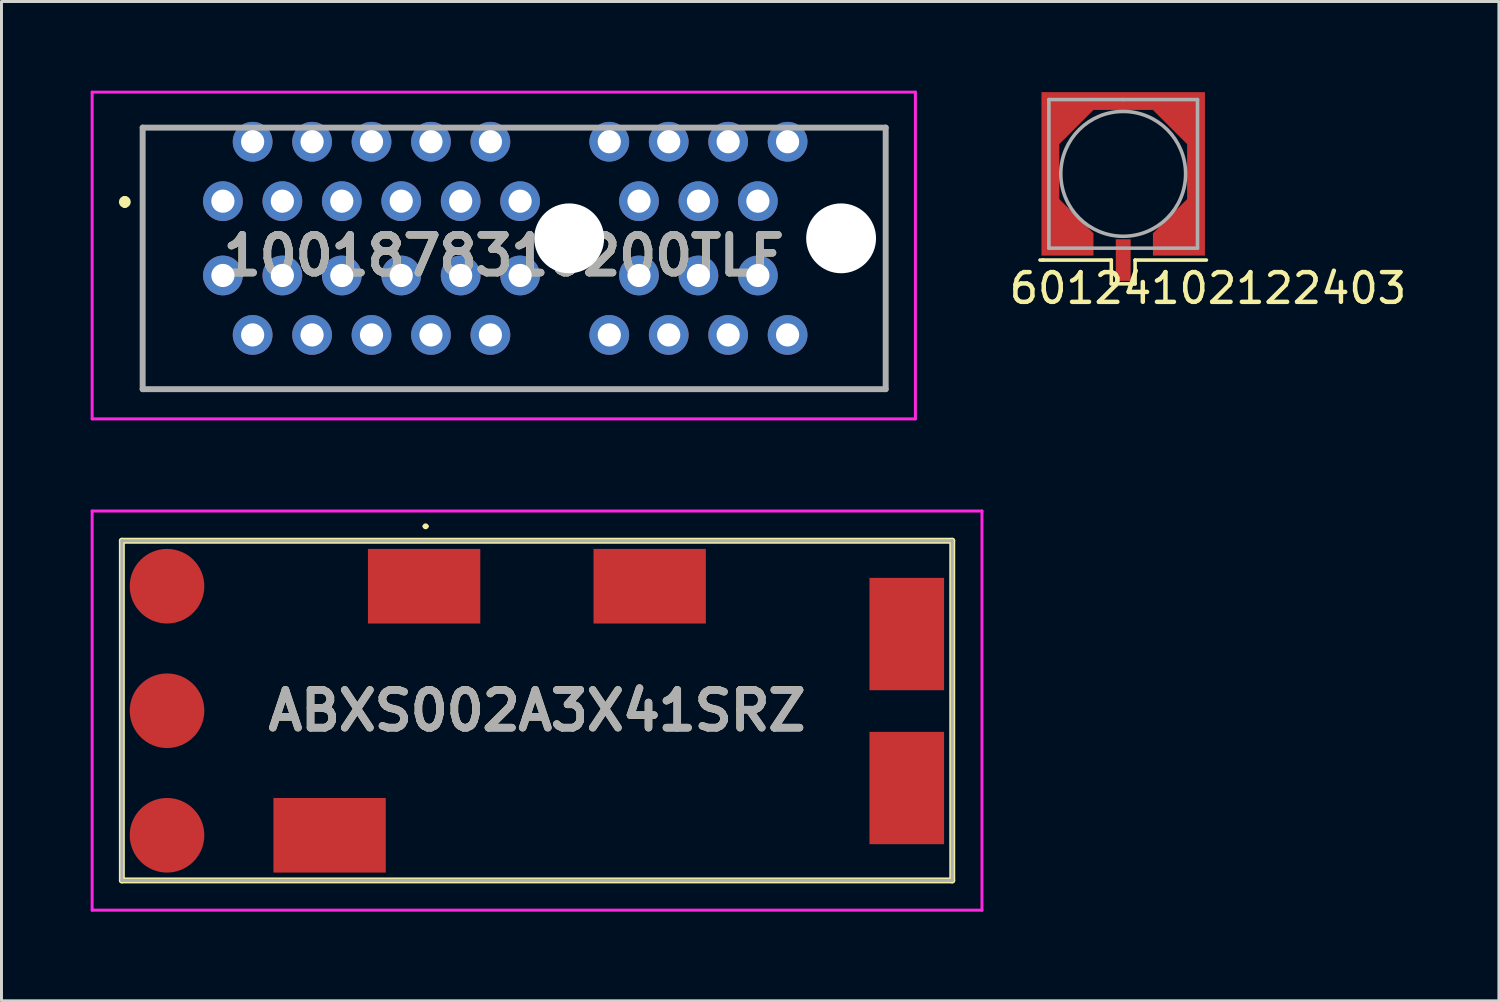
<source format=kicad_pcb>
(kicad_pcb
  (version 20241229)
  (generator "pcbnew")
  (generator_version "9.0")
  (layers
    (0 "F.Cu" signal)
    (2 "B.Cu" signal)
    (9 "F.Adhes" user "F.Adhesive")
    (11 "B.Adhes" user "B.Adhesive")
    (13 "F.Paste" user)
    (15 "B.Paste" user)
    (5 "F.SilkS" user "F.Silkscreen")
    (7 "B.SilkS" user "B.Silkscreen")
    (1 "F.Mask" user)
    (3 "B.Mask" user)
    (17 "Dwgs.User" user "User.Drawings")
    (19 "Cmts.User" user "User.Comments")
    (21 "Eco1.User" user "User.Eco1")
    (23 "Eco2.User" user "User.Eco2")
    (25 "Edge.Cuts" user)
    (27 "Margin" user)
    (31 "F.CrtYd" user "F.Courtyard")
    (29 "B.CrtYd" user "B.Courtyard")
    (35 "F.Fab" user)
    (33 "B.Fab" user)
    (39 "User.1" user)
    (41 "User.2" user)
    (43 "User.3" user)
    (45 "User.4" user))
  (footprint "60124102122403"
    (layer "F.Cu")
    (at 34.742 2.8)
    (property "Reference" "60124102122403" (at 2.85 3.85 0) (layer "F.SilkS") (effects (font (size 1 1) (thickness 0.15))))
    (attr through_hole)
    (fp_poly (pts (xy 2.75 2.75) (xy 1 2.75) (xy 1 2) (xy 2.15 0.85) (xy 2.15 -1) (xy 1 -2.15) (xy -1 -2.15) (xy -2.15 -1) (xy -2.15 0.85) (xy -1 2) (xy -1 2.75) (xy -2.75 2.75) (xy -2.75 -2.75) (xy 2.75 -2.75)) (stroke (width 0.1) (type solid)) (fill yes) (layer "F.Mask"))
    (fp_line (start -2.7 2.9) (end -2.8 2.9) (stroke (width 0.12) (type solid)) (layer "F.SilkS"))
    (fp_line (start -0.4 2.9) (end -2.7 2.9) (stroke (width 0.12) (type solid)) (layer "F.SilkS"))
    (fp_line (start -0.4 2.9) (end -0.4 3.7) (stroke (width 0.12) (type solid)) (layer "F.SilkS"))
    (fp_line (start -0.4 3.7) (end 0.35 3.7) (stroke (width 0.12) (type solid)) (layer "F.SilkS"))
    (fp_line (start 0.35 3.7) (end 0.4 3.7) (stroke (width 0.12) (type solid)) (layer "F.SilkS"))
    (fp_line (start 0.4 2.9) (end 2.8 2.9) (stroke (width 0.12) (type solid)) (layer "F.SilkS"))
    (fp_line (start 0.4 3.7) (end 0.4 2.9) (stroke (width 0.12) (type solid)) (layer "F.SilkS"))
    (fp_poly (pts (xy 2.75 2.75) (xy 1 2.75) (xy 1 2) (xy 2.15 0.85) (xy 2.15 -1) (xy 1 -2.15) (xy -1 -2.15) (xy -2.15 -1) (xy -2.15 0.85) (xy -1 2) (xy -1 2.75) (xy -2.75 2.75) (xy -2.75 -2.75) (xy 2.75 -2.75)) (stroke (width 0.1) (type solid)) (fill yes) (layer "F.Paste"))
    (fp_line (start -2.5 -2.5) (end -2.5 2.5) (stroke (width 0.12) (type solid)) (layer "F.Fab"))
    (fp_line (start -2.5 2.5) (end 2.5 2.5) (stroke (width 0.12) (type solid)) (layer "F.Fab"))
    (fp_line (start 0 -2.5) (end -2.5 -2.5) (stroke (width 0.12) (type solid)) (layer "F.Fab"))
    (fp_line (start 2.5 -2.5) (end 0 -2.5) (stroke (width 0.12) (type solid)) (layer "F.Fab"))
    (fp_line (start 2.5 2.5) (end 2.5 -2.5) (stroke (width 0.12) (type solid)) (layer "F.Fab"))
    (fp_circle (center 0 0) (end 2.1 0) (stroke (width 0.12) (type solid)) (fill no) (layer "F.Fab"))
    (pad "1" smd custom (at 2.25 2) (size 1 1.5) (layers "F.Cu" "F.Mask" "F.Paste") (options (anchor rect)) (primitives (gr_poly (pts (xy 0.5 0.75) (xy -1.25 0.75) (xy -1.25 0) (xy -0.1 -1.15) (xy -0.1 -3) (xy -1.25 -4.15) (xy -3.25 -4.15) (xy -4.4 -3) (xy -4.4 -1.15) (xy -3.25 0) (xy -3.25 0.75) (xy -5 0.75) (xy -5 -4.75) (xy 0.5 -4.75)) (width 0) (fill yes))))
    (pad "2" smd rect (at 0 2.9) (size 0.5 1.4) (layers "F.Cu" "F.Mask" "F.Paste")))
  (footprint "1001878310200TLF"
    (layer "F.Cu")
    (at 13.9 4.969)
    (property "Reference" "1001878310200TLF" (at 0 0.578 0) (layer "F.SilkS") (effects (font (size 1.27 1.27) (thickness 0.254))))
    (attr through_hole)
    (fp_line (start -12.75 -1.325) (end -12.75 -1.325) (stroke (width 0.2) (type solid)) (layer "F.SilkS"))
    (fp_line (start -12.75 -1.125) (end -12.75 -1.125) (stroke (width 0.2) (type solid)) (layer "F.SilkS"))
    (fp_line (start -12.15 -3.725) (end -12.15 5.075) (stroke (width 0.1) (type solid)) (layer "F.SilkS"))
    (fp_line (start -12.15 5.075) (end 12.85 5.075) (stroke (width 0.1) (type solid)) (layer "F.SilkS"))
    (fp_line (start -10.15 -3.725) (end -12.15 -3.725) (stroke (width 0.1) (type solid)) (layer "F.SilkS"))
    (fp_line (start 12.85 -3.725) (end 10.85 -3.725) (stroke (width 0.1) (type solid)) (layer "F.SilkS"))
    (fp_line (start 12.85 5.075) (end 12.85 -3.725) (stroke (width 0.1) (type solid)) (layer "F.SilkS"))
    (fp_arc (start -12.75 -1.325) (mid -12.65 -1.225) (end -12.75 -1.125) (stroke (width 0.2) (type solid)) (layer "F.SilkS"))
    (fp_arc (start -12.75 -1.125) (mid -12.85 -1.225) (end -12.75 -1.325) (stroke (width 0.2) (type solid)) (layer "F.SilkS"))
    (fp_line (start -13.85 -4.919) (end 13.85 -4.919) (stroke (width 0.1) (type solid)) (layer "F.CrtYd"))
    (fp_line (start -13.85 6.075) (end -13.85 -4.919) (stroke (width 0.1) (type solid)) (layer "F.CrtYd"))
    (fp_line (start 13.85 -4.919) (end 13.85 6.075) (stroke (width 0.1) (type solid)) (layer "F.CrtYd"))
    (fp_line (start 13.85 6.075) (end -13.85 6.075) (stroke (width 0.1) (type solid)) (layer "F.CrtYd"))
    (fp_line (start -12.15 -3.725) (end 12.85 -3.725) (stroke (width 0.2) (type solid)) (layer "F.Fab"))
    (fp_line (start -12.15 5.075) (end -12.15 -3.725) (stroke (width 0.2) (type solid)) (layer "F.Fab"))
    (fp_line (start 12.85 -3.725) (end 12.85 5.075) (stroke (width 0.2) (type solid)) (layer "F.Fab"))
    (fp_line (start 12.85 5.075) (end -12.15 5.075) (stroke (width 0.2) (type solid)) (layer "F.Fab"))
    (fp_text user "${REFERENCE}" (at 0 0.578 0) (layer "F.Fab") (effects (font (size 1.27 1.27) (thickness 0.254))))
    (pad "" np_thru_hole circle (at 2.2 0) (size 2.35 2.35) (drill 2.35) (layers "*.Cu" "*.Mask"))
    (pad "" np_thru_hole circle (at 11.35 0) (size 2.35 2.35) (drill 2.35) (layers "*.Cu" "*.Mask"))
    (pad "A1" thru_hole circle (at -9.45 -1.25) (size 1.337 1.337) (drill 0.78) (layers "*.Cu" "*.Mask"))
    (pad "A2" thru_hole circle (at -8.45 -3.25) (size 1.337 1.337) (drill 0.78) (layers "*.Cu" "*.Mask"))
    (pad "A3" thru_hole circle (at -7.45 -1.25) (size 1.337 1.337) (drill 0.78) (layers "*.Cu" "*.Mask"))
    (pad "A4" thru_hole circle (at -6.45 -3.25) (size 1.337 1.337) (drill 0.78) (layers "*.Cu" "*.Mask"))
    (pad "A5" thru_hole circle (at -5.45 -1.25) (size 1.337 1.337) (drill 0.78) (layers "*.Cu" "*.Mask"))
    (pad "A6" thru_hole circle (at -4.45 -3.25) (size 1.337 1.337) (drill 0.78) (layers "*.Cu" "*.Mask"))
    (pad "A7" thru_hole circle (at -3.45 -1.25) (size 1.337 1.337) (drill 0.78) (layers "*.Cu" "*.Mask"))
    (pad "A8" thru_hole circle (at -2.45 -3.25) (size 1.337 1.337) (drill 0.78) (layers "*.Cu" "*.Mask"))
    (pad "A9" thru_hole circle (at -1.45 -1.25) (size 1.337 1.337) (drill 0.78) (layers "*.Cu" "*.Mask"))
    (pad "A10" thru_hole circle (at -0.45 -3.25) (size 1.337 1.337) (drill 0.78) (layers "*.Cu" "*.Mask"))
    (pad "A11" thru_hole circle (at 0.55 -1.25) (size 1.337 1.337) (drill 0.78) (layers "*.Cu" "*.Mask"))
    (pad "A12" thru_hole circle (at 3.55 -3.25) (size 1.337 1.337) (drill 0.78) (layers "*.Cu" "*.Mask"))
    (pad "A13" thru_hole circle (at 4.55 -1.25) (size 1.337 1.337) (drill 0.78) (layers "*.Cu" "*.Mask"))
    (pad "A14" thru_hole circle (at 5.55 -3.25) (size 1.337 1.337) (drill 0.78) (layers "*.Cu" "*.Mask"))
    (pad "A15" thru_hole circle (at 6.55 -1.25) (size 1.337 1.337) (drill 0.78) (layers "*.Cu" "*.Mask"))
    (pad "A16" thru_hole circle (at 7.55 -3.25) (size 1.337 1.337) (drill 0.78) (layers "*.Cu" "*.Mask"))
    (pad "A17" thru_hole circle (at 8.55 -1.25) (size 1.337 1.337) (drill 0.78) (layers "*.Cu" "*.Mask"))
    (pad "A18" thru_hole circle (at 9.55 -3.25) (size 1.337 1.337) (drill 0.78) (layers "*.Cu" "*.Mask"))
    (pad "B1" thru_hole circle (at -9.45 1.25) (size 1.337 1.337) (drill 0.78) (layers "*.Cu" "*.Mask"))
    (pad "B2" thru_hole circle (at -8.45 3.25) (size 1.337 1.337) (drill 0.78) (layers "*.Cu" "*.Mask"))
    (pad "B3" thru_hole circle (at -7.45 1.25) (size 1.337 1.337) (drill 0.78) (layers "*.Cu" "*.Mask"))
    (pad "B4" thru_hole circle (at -6.45 3.25) (size 1.337 1.337) (drill 0.78) (layers "*.Cu" "*.Mask"))
    (pad "B5" thru_hole circle (at -5.45 1.25) (size 1.337 1.337) (drill 0.78) (layers "*.Cu" "*.Mask"))
    (pad "B6" thru_hole circle (at -4.45 3.25) (size 1.337 1.337) (drill 0.78) (layers "*.Cu" "*.Mask"))
    (pad "B7" thru_hole circle (at -3.45 1.25) (size 1.337 1.337) (drill 0.78) (layers "*.Cu" "*.Mask"))
    (pad "B8" thru_hole circle (at -2.45 3.25) (size 1.337 1.337) (drill 0.78) (layers "*.Cu" "*.Mask"))
    (pad "B9" thru_hole circle (at -1.45 1.25) (size 1.337 1.337) (drill 0.78) (layers "*.Cu" "*.Mask"))
    (pad "B10" thru_hole circle (at -0.45 3.25) (size 1.337 1.337) (drill 0.78) (layers "*.Cu" "*.Mask"))
    (pad "B11" thru_hole circle (at 0.55 1.25) (size 1.337 1.337) (drill 0.78) (layers "*.Cu" "*.Mask"))
    (pad "B12" thru_hole circle (at 3.55 3.25) (size 1.337 1.337) (drill 0.78) (layers "*.Cu" "*.Mask"))
    (pad "B13" thru_hole circle (at 4.55 1.25) (size 1.337 1.337) (drill 0.78) (layers "*.Cu" "*.Mask"))
    (pad "B14" thru_hole circle (at 5.55 3.25) (size 1.337 1.337) (drill 0.78) (layers "*.Cu" "*.Mask"))
    (pad "B15" thru_hole circle (at 6.55 1.25) (size 1.337 1.337) (drill 0.78) (layers "*.Cu" "*.Mask"))
    (pad "B16" thru_hole circle (at 7.55 3.25) (size 1.337 1.337) (drill 0.78) (layers "*.Cu" "*.Mask"))
    (pad "B17" thru_hole circle (at 8.55 1.25) (size 1.337 1.337) (drill 0.78) (layers "*.Cu" "*.Mask"))
    (pad "B18" thru_hole circle (at 9.55 3.25) (size 1.337 1.337) (drill 0.78) (layers "*.Cu" "*.Mask")))
  (footprint "ABXS002A3X41SRZ"
    (layer "F.Cu")
    (at 15.02 20.859)
    (property "Reference" "ABXS002A3X41SRZ" (at 0 0 0) (layer "F.SilkS") (effects (font (size 1.27 1.27) (thickness 0.254))))
    (attr smd)
    (fp_line (start -13.97 -5.715) (end 13.97 -5.715) (stroke (width 0.2) (type solid)) (layer "F.SilkS"))
    (fp_line (start -13.97 5.715) (end -13.97 -5.715) (stroke (width 0.2) (type solid)) (layer "F.SilkS"))
    (fp_line (start -3.8 -6.2) (end -3.8 -6.2) (stroke (width 0.1) (type solid)) (layer "F.SilkS"))
    (fp_line (start -3.7 -6.2) (end -3.7 -6.2) (stroke (width 0.1) (type solid)) (layer "F.SilkS"))
    (fp_line (start 13.97 -5.715) (end 13.97 5.715) (stroke (width 0.2) (type solid)) (layer "F.SilkS"))
    (fp_line (start 13.97 5.715) (end -13.97 5.715) (stroke (width 0.2) (type solid)) (layer "F.SilkS"))
    (fp_arc (start -3.8 -6.2) (mid -3.75 -6.25) (end -3.7 -6.2) (stroke (width 0.1) (type solid)) (layer "F.SilkS"))
    (fp_arc (start -3.7 -6.2) (mid -3.75 -6.15) (end -3.8 -6.2) (stroke (width 0.1) (type solid)) (layer "F.SilkS"))
    (fp_line (start -14.97 -6.715) (end 14.97 -6.715) (stroke (width 0.1) (type solid)) (layer "F.CrtYd"))
    (fp_line (start -14.97 6.715) (end -14.97 -6.715) (stroke (width 0.1) (type solid)) (layer "F.CrtYd"))
    (fp_line (start 14.97 -6.715) (end 14.97 6.715) (stroke (width 0.1) (type solid)) (layer "F.CrtYd"))
    (fp_line (start 14.97 6.715) (end -14.97 6.715) (stroke (width 0.1) (type solid)) (layer "F.CrtYd"))
    (fp_line (start -13.97 -5.715) (end 13.97 -5.715) (stroke (width 0.1) (type solid)) (layer "F.Fab"))
    (fp_line (start -13.97 5.715) (end -13.97 -5.715) (stroke (width 0.1) (type solid)) (layer "F.Fab"))
    (fp_line (start 13.97 -5.715) (end 13.97 5.715) (stroke (width 0.1) (type solid)) (layer "F.Fab"))
    (fp_line (start 13.97 5.715) (end -13.97 5.715) (stroke (width 0.1) (type solid)) (layer "F.Fab"))
    (fp_text user "${REFERENCE}" (at 0 0 0) (layer "F.Fab") (effects (font (size 1.27 1.27) (thickness 0.254))))
    (pad "1" smd rect (at -3.8 -4.185 90) (size 2.51 3.78) (layers "F.Cu" "F.Mask" "F.Paste"))
    (pad "2" smd rect (at 3.79 -4.185 90) (size 2.51 3.78) (layers "F.Cu" "F.Mask" "F.Paste"))
    (pad "3" smd rect (at 12.44 -2.575) (size 2.51 3.78) (layers "F.Cu" "F.Mask" "F.Paste"))
    (pad "4" smd rect (at 12.44 2.605) (size 2.51 3.78) (layers "F.Cu" "F.Mask" "F.Paste"))
    (pad "5" smd rect (at -6.98 4.195 90) (size 2.51 3.78) (layers "F.Cu" "F.Mask" "F.Paste"))
    (pad "6" smd circle (at -12.45 4.195 90) (size 2.51 2.51) (layers "F.Cu" "F.Mask" "F.Paste"))
    (pad "7" smd circle (at -12.45 0.005 90) (size 2.51 2.51) (layers "F.Cu" "F.Mask" "F.Paste"))
    (pad "8" smd circle (at -12.45 -4.185 90) (size 2.51 2.51) (layers "F.Cu" "F.Mask" "F.Paste")))
  (gr_rect
    (start -3 -3)
    (end 47.383 30.624)
    (stroke (width 0.1) (type default))
    (fill no)
    (layer "Edge.Cuts")))
</source>
